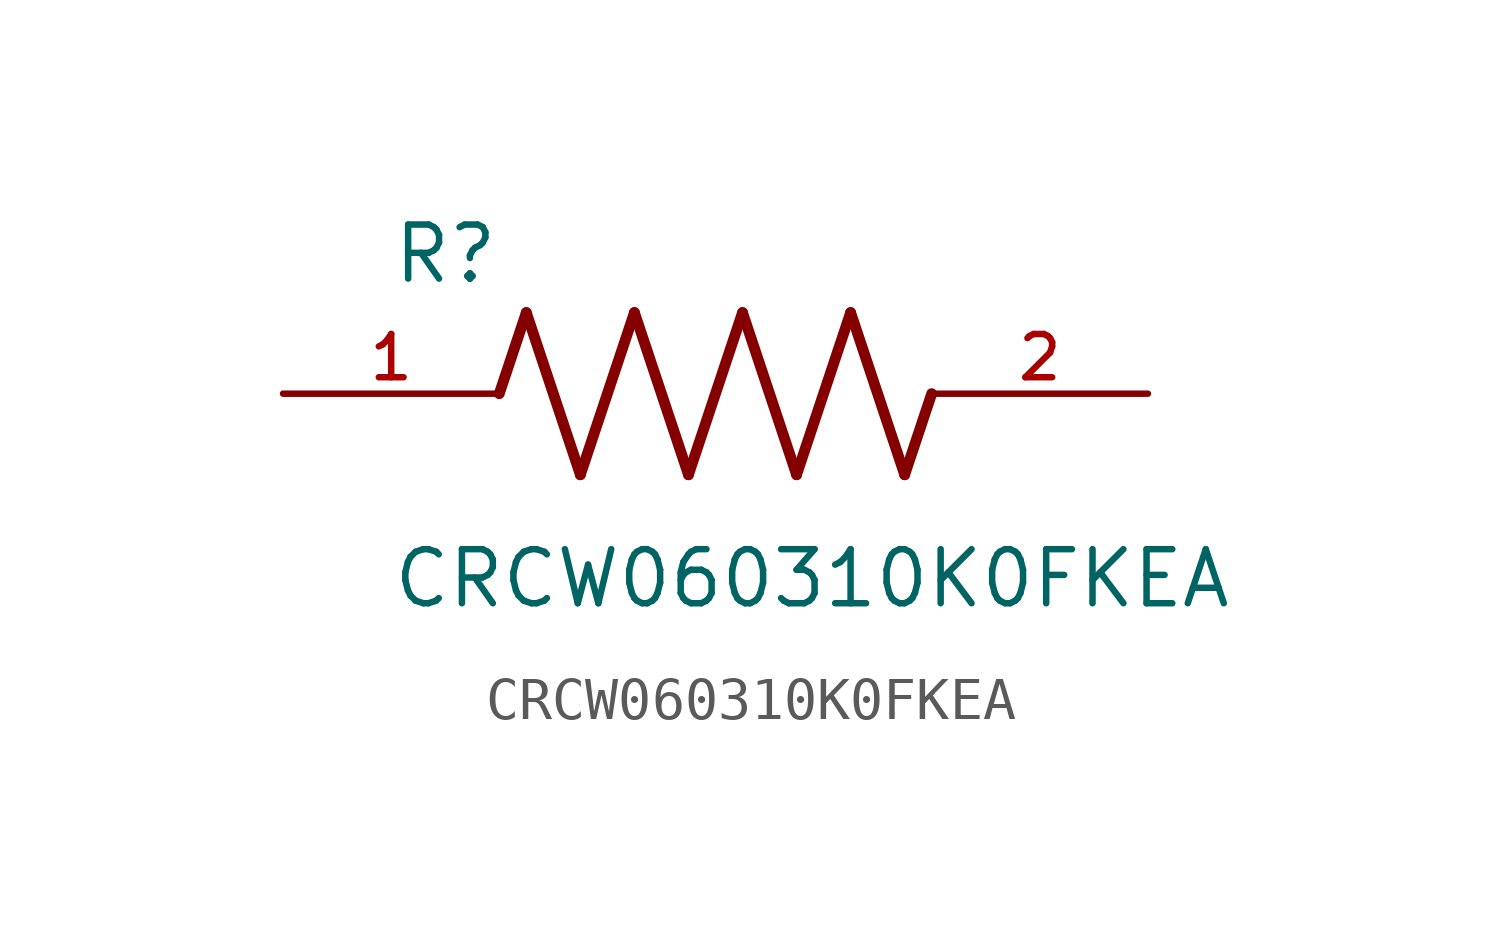
<source format=kicad_sym>
(kicad_symbol_lib
  (version 20211014)
  (generator kicad_symbol_editor)
  (symbol "CRCW060310K0FKEA"
    (pin_names
      (offset 1.016))
    (property "Reference" "R"
      (at -7.624 2.541 0)
      (effects (font (size 1.27 1.27)) (justify bottom left)))
    (property "Value" "CRCW060310K0FKEA"
      (at -7.63 -5.087 0)
      (effects (font (size 1.27 1.27)) (justify bottom left)))
    (symbol "CRCW060310K0FKEA_0_0"
      (polyline (pts (xy -5.08 0.0) (xy -4.445 1.905)) (stroke (width 0.254)))
      (polyline (pts (xy -4.445 1.905) (xy -3.175 -1.905)) (stroke (width 0.254)))
      (polyline (pts (xy -3.175 -1.905) (xy -1.905 1.905)) (stroke (width 0.254)))
      (polyline (pts (xy -1.905 1.905) (xy -0.635 -1.905)) (stroke (width 0.254)))
      (polyline (pts (xy -0.635 -1.905) (xy 0.635 1.905)) (stroke (width 0.254)))
      (polyline (pts (xy 0.635 1.905) (xy 1.905 -1.905)) (stroke (width 0.254)))
      (polyline (pts (xy 1.905 -1.905) (xy 3.175 1.905)) (stroke (width 0.254)))
      (polyline (pts (xy 3.175 1.905) (xy 4.445 -1.905)) (stroke (width 0.254)))
      (polyline (pts (xy 4.445 -1.905) (xy 5.08 0.0)) (stroke (width 0.254)))
      (pin passive line (at -10.16 0.0 0) (length 5.08) (name "~" (effects (font (size 1.016 1.016)))) (number "1" (effects (font (size 1.016 1.016)))))
      (pin passive line (at 10.16 0.0 180.0) (length 5.08) (name "~" (effects (font (size 1.016 1.016)))) (number "2" (effects (font (size 1.016 1.016))))))))
</source>
